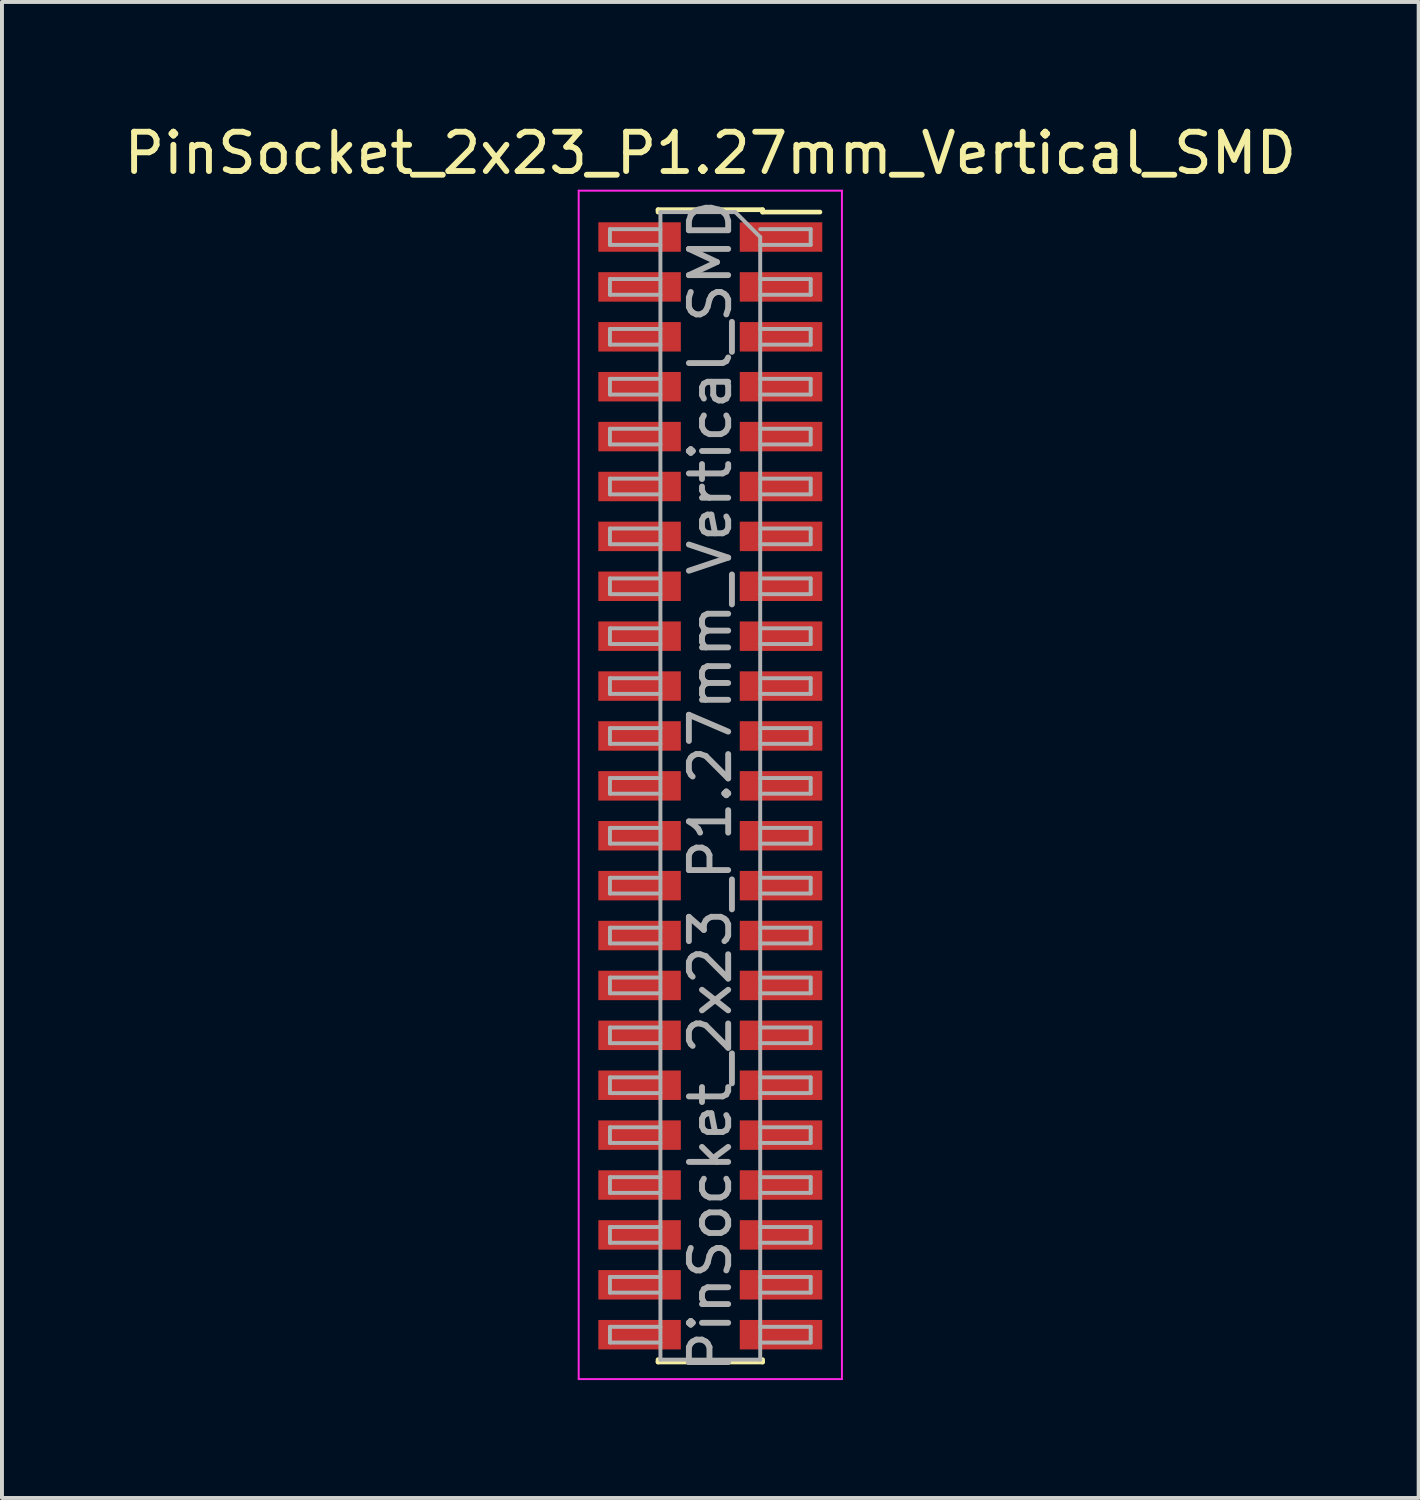
<source format=kicad_pcb>
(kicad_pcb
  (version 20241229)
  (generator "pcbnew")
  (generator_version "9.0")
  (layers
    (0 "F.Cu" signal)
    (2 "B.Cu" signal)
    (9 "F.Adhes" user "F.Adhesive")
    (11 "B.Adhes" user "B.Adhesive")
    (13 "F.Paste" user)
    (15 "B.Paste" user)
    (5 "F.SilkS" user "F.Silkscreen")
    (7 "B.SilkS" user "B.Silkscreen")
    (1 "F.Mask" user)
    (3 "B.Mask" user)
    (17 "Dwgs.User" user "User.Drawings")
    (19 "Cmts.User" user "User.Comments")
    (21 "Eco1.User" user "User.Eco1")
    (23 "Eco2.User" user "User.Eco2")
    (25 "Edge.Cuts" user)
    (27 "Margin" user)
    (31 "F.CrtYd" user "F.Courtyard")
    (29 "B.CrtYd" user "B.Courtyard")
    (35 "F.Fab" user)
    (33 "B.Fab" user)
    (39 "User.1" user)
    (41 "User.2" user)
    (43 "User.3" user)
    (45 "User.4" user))
  (footprint "PinSocket_2x23_P1.27mm_Vertical_SMD"
    (layer "F.Cu")
    (at 15.03 16.953)
    (property "Reference" "PinSocket_2x23_P1.27mm_Vertical_SMD" (at 0 -16.105 0) (layer "F.SilkS") (effects (font (size 1 1) (thickness 0.15))))
    (attr smd)
    (fp_line (start -1.33 -14.665) (end -1.33 -14.605) (stroke (width 0.12) (type solid)) (layer "F.SilkS"))
    (fp_line (start -1.33 -14.665) (end 1.33 -14.665) (stroke (width 0.12) (type solid)) (layer "F.SilkS"))
    (fp_line (start -1.33 14.605) (end -1.33 14.665) (stroke (width 0.12) (type solid)) (layer "F.SilkS"))
    (fp_line (start -1.33 14.665) (end 1.33 14.665) (stroke (width 0.12) (type solid)) (layer "F.SilkS"))
    (fp_line (start 1.33 -14.665) (end 1.33 -14.605) (stroke (width 0.12) (type solid)) (layer "F.SilkS"))
    (fp_line (start 1.33 -14.605) (end 2.79 -14.605) (stroke (width 0.12) (type solid)) (layer "F.SilkS"))
    (fp_line (start 1.33 14.605) (end 1.33 14.665) (stroke (width 0.12) (type solid)) (layer "F.SilkS"))
    (fp_line (start -3.35 -15.15) (end 3.35 -15.15) (stroke (width 0.05) (type solid)) (layer "F.CrtYd"))
    (fp_line (start -3.35 15.1) (end -3.35 -15.15) (stroke (width 0.05) (type solid)) (layer "F.CrtYd"))
    (fp_line (start 3.35 -15.15) (end 3.35 15.1) (stroke (width 0.05) (type solid)) (layer "F.CrtYd"))
    (fp_line (start 3.35 15.1) (end -3.35 15.1) (stroke (width 0.05) (type solid)) (layer "F.CrtYd"))
    (fp_line (start -2.555 -14.17) (end -1.27 -14.17) (stroke (width 0.1) (type solid)) (layer "F.Fab"))
    (fp_line (start -2.555 -13.77) (end -2.555 -14.17) (stroke (width 0.1) (type solid)) (layer "F.Fab"))
    (fp_line (start -2.555 -12.9) (end -1.27 -12.9) (stroke (width 0.1) (type solid)) (layer "F.Fab"))
    (fp_line (start -2.555 -12.5) (end -2.555 -12.9) (stroke (width 0.1) (type solid)) (layer "F.Fab"))
    (fp_line (start -2.555 -11.63) (end -1.27 -11.63) (stroke (width 0.1) (type solid)) (layer "F.Fab"))
    (fp_line (start -2.555 -11.23) (end -2.555 -11.63) (stroke (width 0.1) (type solid)) (layer "F.Fab"))
    (fp_line (start -2.555 -10.36) (end -1.27 -10.36) (stroke (width 0.1) (type solid)) (layer "F.Fab"))
    (fp_line (start -2.555 -9.96) (end -2.555 -10.36) (stroke (width 0.1) (type solid)) (layer "F.Fab"))
    (fp_line (start -2.555 -9.09) (end -1.27 -9.09) (stroke (width 0.1) (type solid)) (layer "F.Fab"))
    (fp_line (start -2.555 -8.69) (end -2.555 -9.09) (stroke (width 0.1) (type solid)) (layer "F.Fab"))
    (fp_line (start -2.555 -7.82) (end -1.27 -7.82) (stroke (width 0.1) (type solid)) (layer "F.Fab"))
    (fp_line (start -2.555 -7.42) (end -2.555 -7.82) (stroke (width 0.1) (type solid)) (layer "F.Fab"))
    (fp_line (start -2.555 -6.55) (end -1.27 -6.55) (stroke (width 0.1) (type solid)) (layer "F.Fab"))
    (fp_line (start -2.555 -6.15) (end -2.555 -6.55) (stroke (width 0.1) (type solid)) (layer "F.Fab"))
    (fp_line (start -2.555 -5.28) (end -1.27 -5.28) (stroke (width 0.1) (type solid)) (layer "F.Fab"))
    (fp_line (start -2.555 -4.88) (end -2.555 -5.28) (stroke (width 0.1) (type solid)) (layer "F.Fab"))
    (fp_line (start -2.555 -4.01) (end -1.27 -4.01) (stroke (width 0.1) (type solid)) (layer "F.Fab"))
    (fp_line (start -2.555 -3.61) (end -2.555 -4.01) (stroke (width 0.1) (type solid)) (layer "F.Fab"))
    (fp_line (start -2.555 -2.74) (end -1.27 -2.74) (stroke (width 0.1) (type solid)) (layer "F.Fab"))
    (fp_line (start -2.555 -2.34) (end -2.555 -2.74) (stroke (width 0.1) (type solid)) (layer "F.Fab"))
    (fp_line (start -2.555 -1.47) (end -1.27 -1.47) (stroke (width 0.1) (type solid)) (layer "F.Fab"))
    (fp_line (start -2.555 -1.07) (end -2.555 -1.47) (stroke (width 0.1) (type solid)) (layer "F.Fab"))
    (fp_line (start -2.555 -0.2) (end -1.27 -0.2) (stroke (width 0.1) (type solid)) (layer "F.Fab"))
    (fp_line (start -2.555 0.2) (end -2.555 -0.2) (stroke (width 0.1) (type solid)) (layer "F.Fab"))
    (fp_line (start -2.555 1.07) (end -1.27 1.07) (stroke (width 0.1) (type solid)) (layer "F.Fab"))
    (fp_line (start -2.555 1.47) (end -2.555 1.07) (stroke (width 0.1) (type solid)) (layer "F.Fab"))
    (fp_line (start -2.555 2.34) (end -1.27 2.34) (stroke (width 0.1) (type solid)) (layer "F.Fab"))
    (fp_line (start -2.555 2.74) (end -2.555 2.34) (stroke (width 0.1) (type solid)) (layer "F.Fab"))
    (fp_line (start -2.555 3.61) (end -1.27 3.61) (stroke (width 0.1) (type solid)) (layer "F.Fab"))
    (fp_line (start -2.555 4.01) (end -2.555 3.61) (stroke (width 0.1) (type solid)) (layer "F.Fab"))
    (fp_line (start -2.555 4.88) (end -1.27 4.88) (stroke (width 0.1) (type solid)) (layer "F.Fab"))
    (fp_line (start -2.555 5.28) (end -2.555 4.88) (stroke (width 0.1) (type solid)) (layer "F.Fab"))
    (fp_line (start -2.555 6.15) (end -1.27 6.15) (stroke (width 0.1) (type solid)) (layer "F.Fab"))
    (fp_line (start -2.555 6.55) (end -2.555 6.15) (stroke (width 0.1) (type solid)) (layer "F.Fab"))
    (fp_line (start -2.555 7.42) (end -1.27 7.42) (stroke (width 0.1) (type solid)) (layer "F.Fab"))
    (fp_line (start -2.555 7.82) (end -2.555 7.42) (stroke (width 0.1) (type solid)) (layer "F.Fab"))
    (fp_line (start -2.555 8.69) (end -1.27 8.69) (stroke (width 0.1) (type solid)) (layer "F.Fab"))
    (fp_line (start -2.555 9.09) (end -2.555 8.69) (stroke (width 0.1) (type solid)) (layer "F.Fab"))
    (fp_line (start -2.555 9.96) (end -1.27 9.96) (stroke (width 0.1) (type solid)) (layer "F.Fab"))
    (fp_line (start -2.555 10.36) (end -2.555 9.96) (stroke (width 0.1) (type solid)) (layer "F.Fab"))
    (fp_line (start -2.555 11.23) (end -1.27 11.23) (stroke (width 0.1) (type solid)) (layer "F.Fab"))
    (fp_line (start -2.555 11.63) (end -2.555 11.23) (stroke (width 0.1) (type solid)) (layer "F.Fab"))
    (fp_line (start -2.555 12.5) (end -1.27 12.5) (stroke (width 0.1) (type solid)) (layer "F.Fab"))
    (fp_line (start -2.555 12.9) (end -2.555 12.5) (stroke (width 0.1) (type solid)) (layer "F.Fab"))
    (fp_line (start -2.555 13.77) (end -1.27 13.77) (stroke (width 0.1) (type solid)) (layer "F.Fab"))
    (fp_line (start -2.555 14.17) (end -2.555 13.77) (stroke (width 0.1) (type solid)) (layer "F.Fab"))
    (fp_line (start -1.27 -14.605) (end 0.635 -14.605) (stroke (width 0.1) (type solid)) (layer "F.Fab"))
    (fp_line (start -1.27 -13.77) (end -2.555 -13.77) (stroke (width 0.1) (type solid)) (layer "F.Fab"))
    (fp_line (start -1.27 -12.5) (end -2.555 -12.5) (stroke (width 0.1) (type solid)) (layer "F.Fab"))
    (fp_line (start -1.27 -11.23) (end -2.555 -11.23) (stroke (width 0.1) (type solid)) (layer "F.Fab"))
    (fp_line (start -1.27 -9.96) (end -2.555 -9.96) (stroke (width 0.1) (type solid)) (layer "F.Fab"))
    (fp_line (start -1.27 -8.69) (end -2.555 -8.69) (stroke (width 0.1) (type solid)) (layer "F.Fab"))
    (fp_line (start -1.27 -7.42) (end -2.555 -7.42) (stroke (width 0.1) (type solid)) (layer "F.Fab"))
    (fp_line (start -1.27 -6.15) (end -2.555 -6.15) (stroke (width 0.1) (type solid)) (layer "F.Fab"))
    (fp_line (start -1.27 -4.88) (end -2.555 -4.88) (stroke (width 0.1) (type solid)) (layer "F.Fab"))
    (fp_line (start -1.27 -3.61) (end -2.555 -3.61) (stroke (width 0.1) (type solid)) (layer "F.Fab"))
    (fp_line (start -1.27 -2.34) (end -2.555 -2.34) (stroke (width 0.1) (type solid)) (layer "F.Fab"))
    (fp_line (start -1.27 -1.07) (end -2.555 -1.07) (stroke (width 0.1) (type solid)) (layer "F.Fab"))
    (fp_line (start -1.27 0.2) (end -2.555 0.2) (stroke (width 0.1) (type solid)) (layer "F.Fab"))
    (fp_line (start -1.27 1.47) (end -2.555 1.47) (stroke (width 0.1) (type solid)) (layer "F.Fab"))
    (fp_line (start -1.27 2.74) (end -2.555 2.74) (stroke (width 0.1) (type solid)) (layer "F.Fab"))
    (fp_line (start -1.27 4.01) (end -2.555 4.01) (stroke (width 0.1) (type solid)) (layer "F.Fab"))
    (fp_line (start -1.27 5.28) (end -2.555 5.28) (stroke (width 0.1) (type solid)) (layer "F.Fab"))
    (fp_line (start -1.27 6.55) (end -2.555 6.55) (stroke (width 0.1) (type solid)) (layer "F.Fab"))
    (fp_line (start -1.27 7.82) (end -2.555 7.82) (stroke (width 0.1) (type solid)) (layer "F.Fab"))
    (fp_line (start -1.27 9.09) (end -2.555 9.09) (stroke (width 0.1) (type solid)) (layer "F.Fab"))
    (fp_line (start -1.27 10.36) (end -2.555 10.36) (stroke (width 0.1) (type solid)) (layer "F.Fab"))
    (fp_line (start -1.27 11.63) (end -2.555 11.63) (stroke (width 0.1) (type solid)) (layer "F.Fab"))
    (fp_line (start -1.27 12.9) (end -2.555 12.9) (stroke (width 0.1) (type solid)) (layer "F.Fab"))
    (fp_line (start -1.27 14.17) (end -2.555 14.17) (stroke (width 0.1) (type solid)) (layer "F.Fab"))
    (fp_line (start -1.27 14.605) (end -1.27 -14.605) (stroke (width 0.1) (type solid)) (layer "F.Fab"))
    (fp_line (start 0.635 -14.605) (end 1.27 -13.97) (stroke (width 0.1) (type solid)) (layer "F.Fab"))
    (fp_line (start 1.27 -14.17) (end 2.555 -14.17) (stroke (width 0.1) (type solid)) (layer "F.Fab"))
    (fp_line (start 1.27 -13.97) (end 1.27 14.605) (stroke (width 0.1) (type solid)) (layer "F.Fab"))
    (fp_line (start 1.27 -12.9) (end 2.555 -12.9) (stroke (width 0.1) (type solid)) (layer "F.Fab"))
    (fp_line (start 1.27 -11.63) (end 2.555 -11.63) (stroke (width 0.1) (type solid)) (layer "F.Fab"))
    (fp_line (start 1.27 -10.36) (end 2.555 -10.36) (stroke (width 0.1) (type solid)) (layer "F.Fab"))
    (fp_line (start 1.27 -9.09) (end 2.555 -9.09) (stroke (width 0.1) (type solid)) (layer "F.Fab"))
    (fp_line (start 1.27 -7.82) (end 2.555 -7.82) (stroke (width 0.1) (type solid)) (layer "F.Fab"))
    (fp_line (start 1.27 -6.55) (end 2.555 -6.55) (stroke (width 0.1) (type solid)) (layer "F.Fab"))
    (fp_line (start 1.27 -5.28) (end 2.555 -5.28) (stroke (width 0.1) (type solid)) (layer "F.Fab"))
    (fp_line (start 1.27 -4.01) (end 2.555 -4.01) (stroke (width 0.1) (type solid)) (layer "F.Fab"))
    (fp_line (start 1.27 -2.74) (end 2.555 -2.74) (stroke (width 0.1) (type solid)) (layer "F.Fab"))
    (fp_line (start 1.27 -1.47) (end 2.555 -1.47) (stroke (width 0.1) (type solid)) (layer "F.Fab"))
    (fp_line (start 1.27 -0.2) (end 2.555 -0.2) (stroke (width 0.1) (type solid)) (layer "F.Fab"))
    (fp_line (start 1.27 1.07) (end 2.555 1.07) (stroke (width 0.1) (type solid)) (layer "F.Fab"))
    (fp_line (start 1.27 2.34) (end 2.555 2.34) (stroke (width 0.1) (type solid)) (layer "F.Fab"))
    (fp_line (start 1.27 3.61) (end 2.555 3.61) (stroke (width 0.1) (type solid)) (layer "F.Fab"))
    (fp_line (start 1.27 4.88) (end 2.555 4.88) (stroke (width 0.1) (type solid)) (layer "F.Fab"))
    (fp_line (start 1.27 6.15) (end 2.555 6.15) (stroke (width 0.1) (type solid)) (layer "F.Fab"))
    (fp_line (start 1.27 7.42) (end 2.555 7.42) (stroke (width 0.1) (type solid)) (layer "F.Fab"))
    (fp_line (start 1.27 8.69) (end 2.555 8.69) (stroke (width 0.1) (type solid)) (layer "F.Fab"))
    (fp_line (start 1.27 9.96) (end 2.555 9.96) (stroke (width 0.1) (type solid)) (layer "F.Fab"))
    (fp_line (start 1.27 11.23) (end 2.555 11.23) (stroke (width 0.1) (type solid)) (layer "F.Fab"))
    (fp_line (start 1.27 12.5) (end 2.555 12.5) (stroke (width 0.1) (type solid)) (layer "F.Fab"))
    (fp_line (start 1.27 13.77) (end 2.555 13.77) (stroke (width 0.1) (type solid)) (layer "F.Fab"))
    (fp_line (start 1.27 14.605) (end -1.27 14.605) (stroke (width 0.1) (type solid)) (layer "F.Fab"))
    (fp_line (start 2.555 -14.17) (end 2.555 -13.77) (stroke (width 0.1) (type solid)) (layer "F.Fab"))
    (fp_line (start 2.555 -13.77) (end 1.27 -13.77) (stroke (width 0.1) (type solid)) (layer "F.Fab"))
    (fp_line (start 2.555 -12.9) (end 2.555 -12.5) (stroke (width 0.1) (type solid)) (layer "F.Fab"))
    (fp_line (start 2.555 -12.5) (end 1.27 -12.5) (stroke (width 0.1) (type solid)) (layer "F.Fab"))
    (fp_line (start 2.555 -11.63) (end 2.555 -11.23) (stroke (width 0.1) (type solid)) (layer "F.Fab"))
    (fp_line (start 2.555 -11.23) (end 1.27 -11.23) (stroke (width 0.1) (type solid)) (layer "F.Fab"))
    (fp_line (start 2.555 -10.36) (end 2.555 -9.96) (stroke (width 0.1) (type solid)) (layer "F.Fab"))
    (fp_line (start 2.555 -9.96) (end 1.27 -9.96) (stroke (width 0.1) (type solid)) (layer "F.Fab"))
    (fp_line (start 2.555 -9.09) (end 2.555 -8.69) (stroke (width 0.1) (type solid)) (layer "F.Fab"))
    (fp_line (start 2.555 -8.69) (end 1.27 -8.69) (stroke (width 0.1) (type solid)) (layer "F.Fab"))
    (fp_line (start 2.555 -7.82) (end 2.555 -7.42) (stroke (width 0.1) (type solid)) (layer "F.Fab"))
    (fp_line (start 2.555 -7.42) (end 1.27 -7.42) (stroke (width 0.1) (type solid)) (layer "F.Fab"))
    (fp_line (start 2.555 -6.55) (end 2.555 -6.15) (stroke (width 0.1) (type solid)) (layer "F.Fab"))
    (fp_line (start 2.555 -6.15) (end 1.27 -6.15) (stroke (width 0.1) (type solid)) (layer "F.Fab"))
    (fp_line (start 2.555 -5.28) (end 2.555 -4.88) (stroke (width 0.1) (type solid)) (layer "F.Fab"))
    (fp_line (start 2.555 -4.88) (end 1.27 -4.88) (stroke (width 0.1) (type solid)) (layer "F.Fab"))
    (fp_line (start 2.555 -4.01) (end 2.555 -3.61) (stroke (width 0.1) (type solid)) (layer "F.Fab"))
    (fp_line (start 2.555 -3.61) (end 1.27 -3.61) (stroke (width 0.1) (type solid)) (layer "F.Fab"))
    (fp_line (start 2.555 -2.74) (end 2.555 -2.34) (stroke (width 0.1) (type solid)) (layer "F.Fab"))
    (fp_line (start 2.555 -2.34) (end 1.27 -2.34) (stroke (width 0.1) (type solid)) (layer "F.Fab"))
    (fp_line (start 2.555 -1.47) (end 2.555 -1.07) (stroke (width 0.1) (type solid)) (layer "F.Fab"))
    (fp_line (start 2.555 -1.07) (end 1.27 -1.07) (stroke (width 0.1) (type solid)) (layer "F.Fab"))
    (fp_line (start 2.555 -0.2) (end 2.555 0.2) (stroke (width 0.1) (type solid)) (layer "F.Fab"))
    (fp_line (start 2.555 0.2) (end 1.27 0.2) (stroke (width 0.1) (type solid)) (layer "F.Fab"))
    (fp_line (start 2.555 1.07) (end 2.555 1.47) (stroke (width 0.1) (type solid)) (layer "F.Fab"))
    (fp_line (start 2.555 1.47) (end 1.27 1.47) (stroke (width 0.1) (type solid)) (layer "F.Fab"))
    (fp_line (start 2.555 2.34) (end 2.555 2.74) (stroke (width 0.1) (type solid)) (layer "F.Fab"))
    (fp_line (start 2.555 2.74) (end 1.27 2.74) (stroke (width 0.1) (type solid)) (layer "F.Fab"))
    (fp_line (start 2.555 3.61) (end 2.555 4.01) (stroke (width 0.1) (type solid)) (layer "F.Fab"))
    (fp_line (start 2.555 4.01) (end 1.27 4.01) (stroke (width 0.1) (type solid)) (layer "F.Fab"))
    (fp_line (start 2.555 4.88) (end 2.555 5.28) (stroke (width 0.1) (type solid)) (layer "F.Fab"))
    (fp_line (start 2.555 5.28) (end 1.27 5.28) (stroke (width 0.1) (type solid)) (layer "F.Fab"))
    (fp_line (start 2.555 6.15) (end 2.555 6.55) (stroke (width 0.1) (type solid)) (layer "F.Fab"))
    (fp_line (start 2.555 6.55) (end 1.27 6.55) (stroke (width 0.1) (type solid)) (layer "F.Fab"))
    (fp_line (start 2.555 7.42) (end 2.555 7.82) (stroke (width 0.1) (type solid)) (layer "F.Fab"))
    (fp_line (start 2.555 7.82) (end 1.27 7.82) (stroke (width 0.1) (type solid)) (layer "F.Fab"))
    (fp_line (start 2.555 8.69) (end 2.555 9.09) (stroke (width 0.1) (type solid)) (layer "F.Fab"))
    (fp_line (start 2.555 9.09) (end 1.27 9.09) (stroke (width 0.1) (type solid)) (layer "F.Fab"))
    (fp_line (start 2.555 9.96) (end 2.555 10.36) (stroke (width 0.1) (type solid)) (layer "F.Fab"))
    (fp_line (start 2.555 10.36) (end 1.27 10.36) (stroke (width 0.1) (type solid)) (layer "F.Fab"))
    (fp_line (start 2.555 11.23) (end 2.555 11.63) (stroke (width 0.1) (type solid)) (layer "F.Fab"))
    (fp_line (start 2.555 11.63) (end 1.27 11.63) (stroke (width 0.1) (type solid)) (layer "F.Fab"))
    (fp_line (start 2.555 12.5) (end 2.555 12.9) (stroke (width 0.1) (type solid)) (layer "F.Fab"))
    (fp_line (start 2.555 12.9) (end 1.27 12.9) (stroke (width 0.1) (type solid)) (layer "F.Fab"))
    (fp_line (start 2.555 13.77) (end 2.555 14.17) (stroke (width 0.1) (type solid)) (layer "F.Fab"))
    (fp_line (start 2.555 14.17) (end 1.27 14.17) (stroke (width 0.1) (type solid)) (layer "F.Fab"))
    (fp_text user "${REFERENCE}" (at 0 0 90) (layer "F.Fab") (effects (font (size 1 1) (thickness 0.15))))
    (pad "1" smd rect (at 1.8 -13.97) (size 2.1 0.75) (layers "F.Cu" "F.Mask" "F.Paste"))
    (pad "2" smd rect (at -1.8 -13.97) (size 2.1 0.75) (layers "F.Cu" "F.Mask" "F.Paste"))
    (pad "3" smd rect (at 1.8 -12.7) (size 2.1 0.75) (layers "F.Cu" "F.Mask" "F.Paste"))
    (pad "4" smd rect (at -1.8 -12.7) (size 2.1 0.75) (layers "F.Cu" "F.Mask" "F.Paste"))
    (pad "5" smd rect (at 1.8 -11.43) (size 2.1 0.75) (layers "F.Cu" "F.Mask" "F.Paste"))
    (pad "6" smd rect (at -1.8 -11.43) (size 2.1 0.75) (layers "F.Cu" "F.Mask" "F.Paste"))
    (pad "7" smd rect (at 1.8 -10.16) (size 2.1 0.75) (layers "F.Cu" "F.Mask" "F.Paste"))
    (pad "8" smd rect (at -1.8 -10.16) (size 2.1 0.75) (layers "F.Cu" "F.Mask" "F.Paste"))
    (pad "9" smd rect (at 1.8 -8.89) (size 2.1 0.75) (layers "F.Cu" "F.Mask" "F.Paste"))
    (pad "10" smd rect (at -1.8 -8.89) (size 2.1 0.75) (layers "F.Cu" "F.Mask" "F.Paste"))
    (pad "11" smd rect (at 1.8 -7.62) (size 2.1 0.75) (layers "F.Cu" "F.Mask" "F.Paste"))
    (pad "12" smd rect (at -1.8 -7.62) (size 2.1 0.75) (layers "F.Cu" "F.Mask" "F.Paste"))
    (pad "13" smd rect (at 1.8 -6.35) (size 2.1 0.75) (layers "F.Cu" "F.Mask" "F.Paste"))
    (pad "14" smd rect (at -1.8 -6.35) (size 2.1 0.75) (layers "F.Cu" "F.Mask" "F.Paste"))
    (pad "15" smd rect (at 1.8 -5.08) (size 2.1 0.75) (layers "F.Cu" "F.Mask" "F.Paste"))
    (pad "16" smd rect (at -1.8 -5.08) (size 2.1 0.75) (layers "F.Cu" "F.Mask" "F.Paste"))
    (pad "17" smd rect (at 1.8 -3.81) (size 2.1 0.75) (layers "F.Cu" "F.Mask" "F.Paste"))
    (pad "18" smd rect (at -1.8 -3.81) (size 2.1 0.75) (layers "F.Cu" "F.Mask" "F.Paste"))
    (pad "19" smd rect (at 1.8 -2.54) (size 2.1 0.75) (layers "F.Cu" "F.Mask" "F.Paste"))
    (pad "20" smd rect (at -1.8 -2.54) (size 2.1 0.75) (layers "F.Cu" "F.Mask" "F.Paste"))
    (pad "21" smd rect (at 1.8 -1.27) (size 2.1 0.75) (layers "F.Cu" "F.Mask" "F.Paste"))
    (pad "22" smd rect (at -1.8 -1.27) (size 2.1 0.75) (layers "F.Cu" "F.Mask" "F.Paste"))
    (pad "23" smd rect (at 1.8 0) (size 2.1 0.75) (layers "F.Cu" "F.Mask" "F.Paste"))
    (pad "24" smd rect (at -1.8 0) (size 2.1 0.75) (layers "F.Cu" "F.Mask" "F.Paste"))
    (pad "25" smd rect (at 1.8 1.27) (size 2.1 0.75) (layers "F.Cu" "F.Mask" "F.Paste"))
    (pad "26" smd rect (at -1.8 1.27) (size 2.1 0.75) (layers "F.Cu" "F.Mask" "F.Paste"))
    (pad "27" smd rect (at 1.8 2.54) (size 2.1 0.75) (layers "F.Cu" "F.Mask" "F.Paste"))
    (pad "28" smd rect (at -1.8 2.54) (size 2.1 0.75) (layers "F.Cu" "F.Mask" "F.Paste"))
    (pad "29" smd rect (at 1.8 3.81) (size 2.1 0.75) (layers "F.Cu" "F.Mask" "F.Paste"))
    (pad "30" smd rect (at -1.8 3.81) (size 2.1 0.75) (layers "F.Cu" "F.Mask" "F.Paste"))
    (pad "31" smd rect (at 1.8 5.08) (size 2.1 0.75) (layers "F.Cu" "F.Mask" "F.Paste"))
    (pad "32" smd rect (at -1.8 5.08) (size 2.1 0.75) (layers "F.Cu" "F.Mask" "F.Paste"))
    (pad "33" smd rect (at 1.8 6.35) (size 2.1 0.75) (layers "F.Cu" "F.Mask" "F.Paste"))
    (pad "34" smd rect (at -1.8 6.35) (size 2.1 0.75) (layers "F.Cu" "F.Mask" "F.Paste"))
    (pad "35" smd rect (at 1.8 7.62) (size 2.1 0.75) (layers "F.Cu" "F.Mask" "F.Paste"))
    (pad "36" smd rect (at -1.8 7.62) (size 2.1 0.75) (layers "F.Cu" "F.Mask" "F.Paste"))
    (pad "37" smd rect (at 1.8 8.89) (size 2.1 0.75) (layers "F.Cu" "F.Mask" "F.Paste"))
    (pad "38" smd rect (at -1.8 8.89) (size 2.1 0.75) (layers "F.Cu" "F.Mask" "F.Paste"))
    (pad "39" smd rect (at 1.8 10.16) (size 2.1 0.75) (layers "F.Cu" "F.Mask" "F.Paste"))
    (pad "40" smd rect (at -1.8 10.16) (size 2.1 0.75) (layers "F.Cu" "F.Mask" "F.Paste"))
    (pad "41" smd rect (at 1.8 11.43) (size 2.1 0.75) (layers "F.Cu" "F.Mask" "F.Paste"))
    (pad "42" smd rect (at -1.8 11.43) (size 2.1 0.75) (layers "F.Cu" "F.Mask" "F.Paste"))
    (pad "43" smd rect (at 1.8 12.7) (size 2.1 0.75) (layers "F.Cu" "F.Mask" "F.Paste"))
    (pad "44" smd rect (at -1.8 12.7) (size 2.1 0.75) (layers "F.Cu" "F.Mask" "F.Paste"))
    (pad "45" smd rect (at 1.8 13.97) (size 2.1 0.75) (layers "F.Cu" "F.Mask" "F.Paste"))
    (pad "46" smd rect (at -1.8 13.97) (size 2.1 0.75) (layers "F.Cu" "F.Mask" "F.Paste")))
  (gr_rect
    (start -3 -3)
    (end 33.06 35.078)
    (stroke (width 0.1) (type default))
    (fill no)
    (layer "Edge.Cuts")))
</source>
